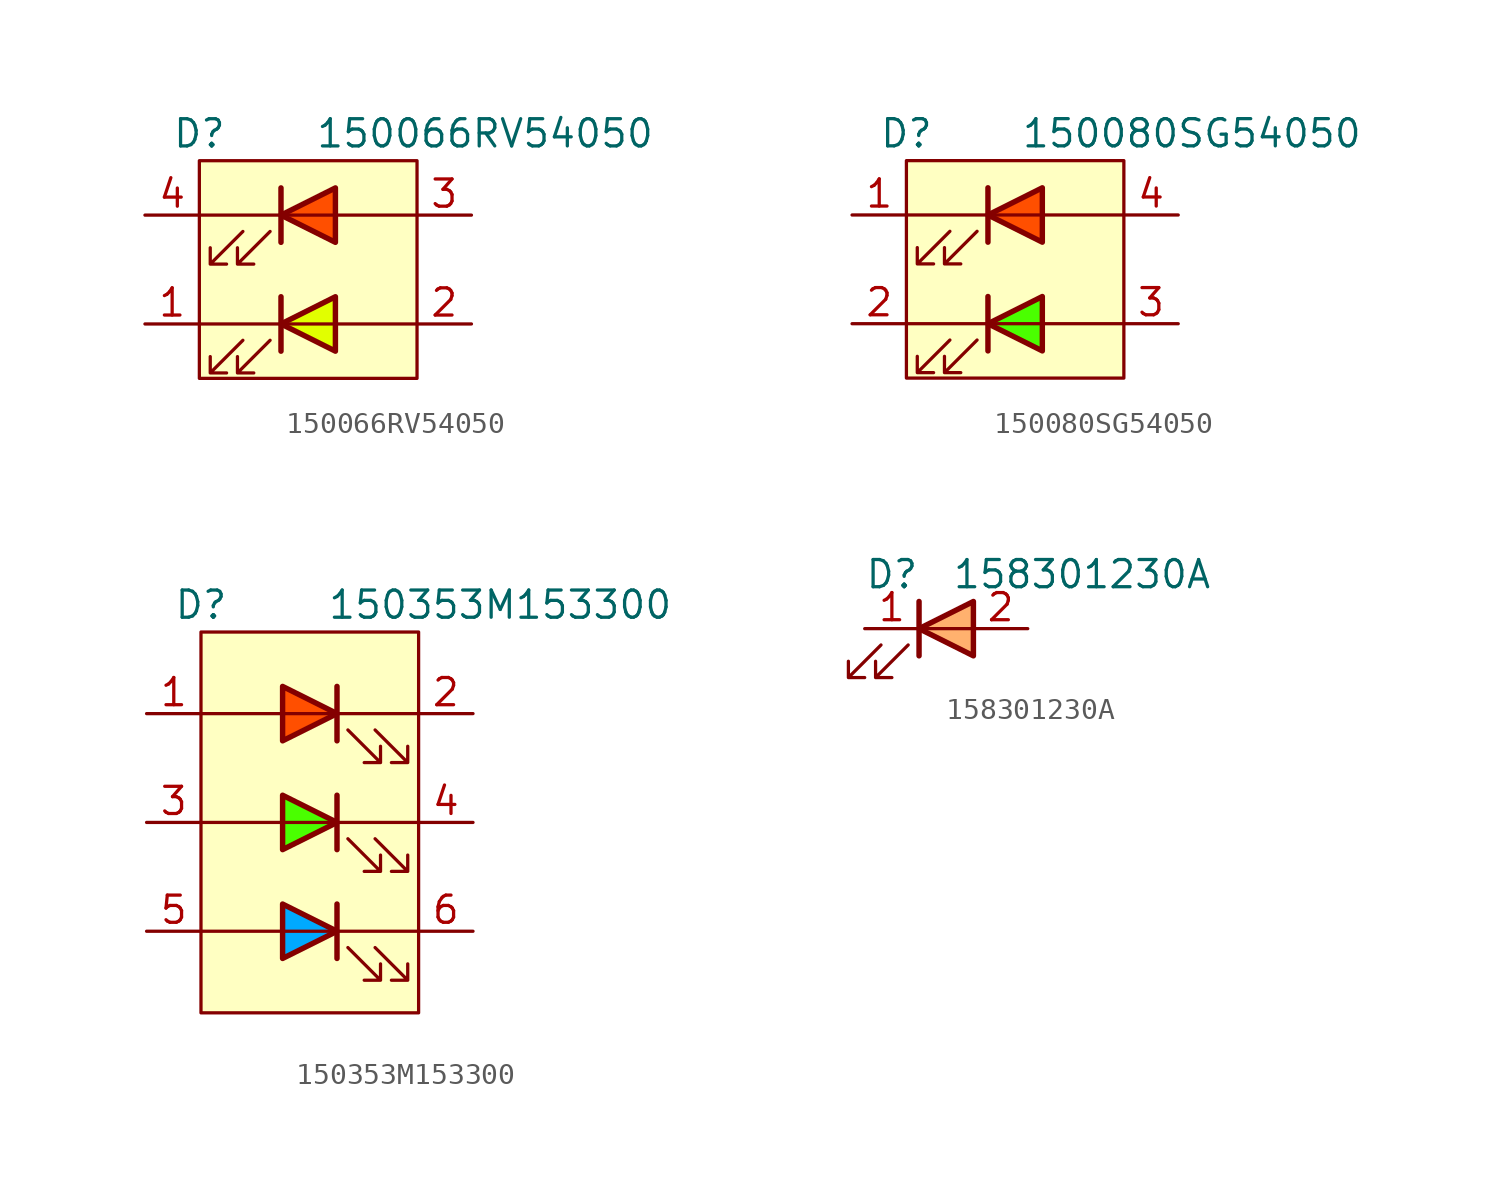
<source format=kicad_sym>
(kicad_symbol_lib
  (version 20220914)
  (generator kicad_symbol_editor)
  (symbol "150066RV54050"
    (pin_names hide)
    (property "Reference" "D"
      (at -5.08 6.35 0)
      (effects (font (size 1.27 1.27))))
    (property "Value" "150066RV54050"
      (at 8.255 6.35 0)
      (effects (font (size 1.27 1.27))))
    (symbol "150066RV54050_0_1"
      (polyline (pts (xy -1.27 -3.81) (xy -1.27 -1.27)) (stroke (width 0.254) (type default)) (fill (type none)))
      (polyline (pts (xy -1.27 -2.54) (xy 1.27 -2.54)) (stroke (width 0) (type default)) (fill (type none)))
      (polyline (pts (xy -1.27 1.27) (xy -1.27 3.81)) (stroke (width 0.254) (type default)) (fill (type none)))
      (polyline (pts (xy -1.27 2.54) (xy 1.27 2.54)) (stroke (width 0) (type default)) (fill (type none)))
      (polyline (pts (xy -3.048 -3.302) (xy -4.572 -4.826) (xy -3.81 -4.826) (xy -4.572 -4.826) (xy -4.572 -4.064)) (stroke (width 0) (type default)) (fill (type none)))
      (polyline (pts (xy -3.048 1.778) (xy -4.572 0.254) (xy -3.81 0.254) (xy -4.572 0.254) (xy -4.572 1.016)) (stroke (width 0) (type default)) (fill (type none)))
      (polyline (pts (xy -1.778 -3.302) (xy -3.302 -4.826) (xy -2.54 -4.826) (xy -3.302 -4.826) (xy -3.302 -4.064)) (stroke (width 0) (type default)) (fill (type none)))
      (polyline (pts (xy -1.778 1.778) (xy -3.302 0.254) (xy -2.54 0.254) (xy -3.302 0.254) (xy -3.302 1.016)) (stroke (width 0) (type default)) (fill (type none))))
    (symbol "150066RV54050_1_1"
      (rectangle (start -5.08 5.08) (end 5.08 -5.08) (stroke (width 0) (type default)) (fill (type background)))
      (polyline (pts (xy -5.08 -2.54) (xy -1.27 -2.54)) (stroke (width 0) (type default)) (fill (type none)))
      (polyline (pts (xy -1.27 2.54) (xy -5.08 2.54)) (stroke (width 0) (type default)) (fill (type none)))
      (polyline (pts (xy 1.27 -2.54) (xy 5.08 -2.54)) (stroke (width 0) (type default)) (fill (type none)))
      (polyline (pts (xy 5.08 2.54) (xy 1.27 2.54)) (stroke (width 0) (type default)) (fill (type none)))
      (polyline (pts (xy 1.27 -3.81) (xy 1.27 -1.27) (xy -1.27 -2.54) (xy 1.27 -3.81)) (stroke (width 0.254) (type default)) (fill (type color) (color 225 255 0 1)))
      (polyline (pts (xy 1.27 1.27) (xy 1.27 3.81) (xy -1.27 2.54) (xy 1.27 1.27)) (stroke (width 0.254) (type default)) (fill (type color) (color 255 79 0 1)))
      (pin passive line (at -7.62 -2.54 0) (length 2.54) (name "K" (effects (font (size 1.27 1.27)))) (number "1" (effects (font (size 1.27 1.27)))))
      (pin passive line (at 7.62 -2.54 180) (length 2.54) (name "A" (effects (font (size 1.27 1.27)))) (number "2" (effects (font (size 1.27 1.27)))))
      (pin passive line (at 7.62 2.54 180) (length 2.54) (name "A" (effects (font (size 1.27 1.27)))) (number "3" (effects (font (size 1.27 1.27)))))
      (pin passive line (at -7.62 2.54 0) (length 2.54) (name "K" (effects (font (size 1.27 1.27)))) (number "4" (effects (font (size 1.27 1.27)))))))
  (symbol "150080SG54050"
    (pin_names hide)
    (property "Reference" "D"
      (at -5.08 6.35 0)
      (effects (font (size 1.27 1.27))))
    (property "Value" "150080SG54050"
      (at 8.255 6.35 0)
      (effects (font (size 1.27 1.27))))
    (symbol "150080SG54050_0_1"
      (polyline (pts (xy -1.27 -3.81) (xy -1.27 -1.27)) (stroke (width 0.254) (type default)) (fill (type none)))
      (polyline (pts (xy -1.27 -2.54) (xy 1.27 -2.54)) (stroke (width 0) (type default)) (fill (type none)))
      (polyline (pts (xy -1.27 1.27) (xy -1.27 3.81)) (stroke (width 0.254) (type default)) (fill (type none)))
      (polyline (pts (xy -1.27 2.54) (xy 1.27 2.54)) (stroke (width 0) (type default)) (fill (type none)))
      (polyline (pts (xy -3.048 -3.302) (xy -4.572 -4.826) (xy -3.81 -4.826) (xy -4.572 -4.826) (xy -4.572 -4.064)) (stroke (width 0) (type default)) (fill (type none)))
      (polyline (pts (xy -3.048 1.778) (xy -4.572 0.254) (xy -3.81 0.254) (xy -4.572 0.254) (xy -4.572 1.016)) (stroke (width 0) (type default)) (fill (type none)))
      (polyline (pts (xy -1.778 -3.302) (xy -3.302 -4.826) (xy -2.54 -4.826) (xy -3.302 -4.826) (xy -3.302 -4.064)) (stroke (width 0) (type default)) (fill (type none)))
      (polyline (pts (xy -1.778 1.778) (xy -3.302 0.254) (xy -2.54 0.254) (xy -3.302 0.254) (xy -3.302 1.016)) (stroke (width 0) (type default)) (fill (type none))))
    (symbol "150080SG54050_1_1"
      (rectangle (start -5.08 5.08) (end 5.08 -5.08) (stroke (width 0) (type default)) (fill (type background)))
      (polyline (pts (xy -5.08 -2.54) (xy -1.27 -2.54)) (stroke (width 0) (type default)) (fill (type none)))
      (polyline (pts (xy -1.27 2.54) (xy -5.08 2.54)) (stroke (width 0) (type default)) (fill (type none)))
      (polyline (pts (xy 1.27 -2.54) (xy 5.08 -2.54)) (stroke (width 0) (type default)) (fill (type none)))
      (polyline (pts (xy 5.08 2.54) (xy 1.27 2.54)) (stroke (width 0) (type default)) (fill (type none)))
      (polyline (pts (xy 1.27 -3.81) (xy 1.27 -1.27) (xy -1.27 -2.54) (xy 1.27 -3.81)) (stroke (width 0.254) (type default)) (fill (type color) (color 74 255 0 1)))
      (polyline (pts (xy 1.27 1.27) (xy 1.27 3.81) (xy -1.27 2.54) (xy 1.27 1.27)) (stroke (width 0.254) (type default)) (fill (type color) (color 255 79 0 1)))
      (pin passive line (at -7.62 2.54 0) (length 2.54) (name "K" (effects (font (size 1.27 1.27)))) (number "1" (effects (font (size 1.27 1.27)))))
      (pin passive line (at -7.62 -2.54 0) (length 2.54) (name "K" (effects (font (size 1.27 1.27)))) (number "2" (effects (font (size 1.27 1.27)))))
      (pin passive line (at 7.62 -2.54 180) (length 2.54) (name "A" (effects (font (size 1.27 1.27)))) (number "3" (effects (font (size 1.27 1.27)))))
      (pin passive line (at 7.62 2.54 180) (length 2.54) (name "A" (effects (font (size 1.27 1.27)))) (number "4" (effects (font (size 1.27 1.27)))))))
  (symbol "150353M153300"
    (pin_names hide)
    (property "Reference" "D"
      (at -5.08 10.16 0)
      (effects (font (size 1.27 1.27))))
    (property "Value" "150353M153300"
      (at 8.89 10.16 0)
      (effects (font (size 1.27 1.27))))
    (symbol "150353M153300_0_1"
      (polyline (pts (xy 1.27 -6.35) (xy 1.27 -3.81)) (stroke (width 0.254) (type default)) (fill (type none)))
      (polyline (pts (xy 1.27 -5.08) (xy -1.27 -5.08)) (stroke (width 0) (type default)) (fill (type none)))
      (polyline (pts (xy 1.27 -1.27) (xy 1.27 1.27)) (stroke (width 0.254) (type default)) (fill (type none)))
      (polyline (pts (xy 1.27 0) (xy -1.27 0)) (stroke (width 0) (type default)) (fill (type none)))
      (polyline (pts (xy 1.27 3.81) (xy 1.27 6.35)) (stroke (width 0.254) (type default)) (fill (type none)))
      (polyline (pts (xy 1.27 5.08) (xy -1.27 5.08)) (stroke (width 0) (type default)) (fill (type none)))
      (polyline (pts (xy 1.778 -5.842) (xy 3.302 -7.366) (xy 2.54 -7.366) (xy 3.302 -7.366) (xy 3.302 -6.604)) (stroke (width 0) (type default)) (fill (type none)))
      (polyline (pts (xy 1.778 -0.762) (xy 3.302 -2.286) (xy 2.54 -2.286) (xy 3.302 -2.286) (xy 3.302 -1.524)) (stroke (width 0) (type default)) (fill (type none)))
      (polyline (pts (xy 1.778 4.318) (xy 3.302 2.794) (xy 2.54 2.794) (xy 3.302 2.794) (xy 3.302 3.556)) (stroke (width 0) (type default)) (fill (type none)))
      (polyline (pts (xy 3.048 -5.842) (xy 4.572 -7.366) (xy 3.81 -7.366) (xy 4.572 -7.366) (xy 4.572 -6.604)) (stroke (width 0) (type default)) (fill (type none)))
      (polyline (pts (xy 3.048 -0.762) (xy 4.572 -2.286) (xy 3.81 -2.286) (xy 4.572 -2.286) (xy 4.572 -1.524)) (stroke (width 0) (type default)) (fill (type none)))
      (polyline (pts (xy 3.048 4.318) (xy 4.572 2.794) (xy 3.81 2.794) (xy 4.572 2.794) (xy 4.572 3.556)) (stroke (width 0) (type default)) (fill (type none))))
    (symbol "150353M153300_1_1"
      (rectangle (start -5.08 8.89) (end 5.08 -8.89) (stroke (width 0) (type default)) (fill (type background)))
      (polyline (pts (xy -5.08 5.08) (xy -1.27 5.08)) (stroke (width 0) (type default)) (fill (type none)))
      (polyline (pts (xy -1.27 -5.08) (xy -5.08 -5.08)) (stroke (width 0) (type default)) (fill (type none)))
      (polyline (pts (xy -1.27 0) (xy -5.08 0)) (stroke (width 0) (type default)) (fill (type none)))
      (polyline (pts (xy 1.27 5.08) (xy 5.08 5.08)) (stroke (width 0) (type default)) (fill (type none)))
      (polyline (pts (xy 5.08 -5.08) (xy 1.27 -5.08)) (stroke (width 0) (type default)) (fill (type none)))
      (polyline (pts (xy 5.08 0) (xy 1.27 0)) (stroke (width 0) (type default)) (fill (type none)))
      (polyline (pts (xy -1.27 -6.35) (xy -1.27 -3.81) (xy 1.27 -5.08) (xy -1.27 -6.35)) (stroke (width 0.254) (type default)) (fill (type color) (color 0 169 255 1)))
      (polyline (pts (xy -1.27 -1.27) (xy -1.27 1.27) (xy 1.27 0) (xy -1.27 -1.27)) (stroke (width 0.254) (type default)) (fill (type color) (color 74 255 0 1)))
      (polyline (pts (xy -1.27 3.81) (xy -1.27 6.35) (xy 1.27 5.08) (xy -1.27 3.81)) (stroke (width 0.254) (type default)) (fill (type color) (color 255 79 0 1)))
      (pin passive line (at -7.62 5.08 0) (length 2.54) (name "A" (effects (font (size 1.27 1.27)))) (number "1" (effects (font (size 1.27 1.27)))))
      (pin passive line (at 7.62 5.08 180) (length 2.54) (name "K" (effects (font (size 1.27 1.27)))) (number "2" (effects (font (size 1.27 1.27)))))
      (pin passive line (at -7.62 0 0) (length 2.54) (name "A" (effects (font (size 1.27 1.27)))) (number "3" (effects (font (size 1.27 1.27)))))
      (pin passive line (at 7.62 0 180) (length 2.54) (name "K" (effects (font (size 1.27 1.27)))) (number "4" (effects (font (size 1.27 1.27)))))
      (pin passive line (at -7.62 -5.08 0) (length 2.54) (name "A" (effects (font (size 1.27 1.27)))) (number "5" (effects (font (size 1.27 1.27)))))
      (pin passive line (at 7.62 -5.08 180) (length 2.54) (name "K" (effects (font (size 1.27 1.27)))) (number "6" (effects (font (size 1.27 1.27)))))))
  (symbol "158301230A"
    (pin_names hide)
    (property "Reference" "D"
      (at -2.54 2.54 0)
      (effects (font (size 1.27 1.27))))
    (property "Value" "158301230A"
      (at 6.35 2.54 0)
      (effects (font (size 1.27 1.27))))
    (symbol "158301230A_0_1"
      (polyline (pts (xy -1.27 -1.27) (xy -1.27 1.27)) (stroke (width 0.254) (type default)) (fill (type none)))
      (polyline (pts (xy -1.27 0) (xy 1.27 0)) (stroke (width 0) (type default)) (fill (type none)))
      (polyline (pts (xy -3.048 -0.762) (xy -4.572 -2.286) (xy -3.81 -2.286) (xy -4.572 -2.286) (xy -4.572 -1.524)) (stroke (width 0) (type default)) (fill (type none)))
      (polyline (pts (xy -1.778 -0.762) (xy -3.302 -2.286) (xy -2.54 -2.286) (xy -3.302 -2.286) (xy -3.302 -1.524)) (stroke (width 0) (type default)) (fill (type none))))
    (symbol "158301230A_1_1"
      (polyline (pts (xy 1.27 -1.27) (xy 1.27 1.27) (xy -1.27 0) (xy 1.27 -1.27)) (stroke (width 0.254) (type default)) (fill (type color) (color 255 177 110 1)))
      (pin passive line (at -3.81 0 0) (length 2.54) (name "K" (effects (font (size 1.27 1.27)))) (number "1" (effects (font (size 1.27 1.27)))))
      (pin passive line (at 3.81 0 180) (length 2.54) (name "A" (effects (font (size 1.27 1.27)))) (number "2" (effects (font (size 1.27 1.27))))))))
</source>
